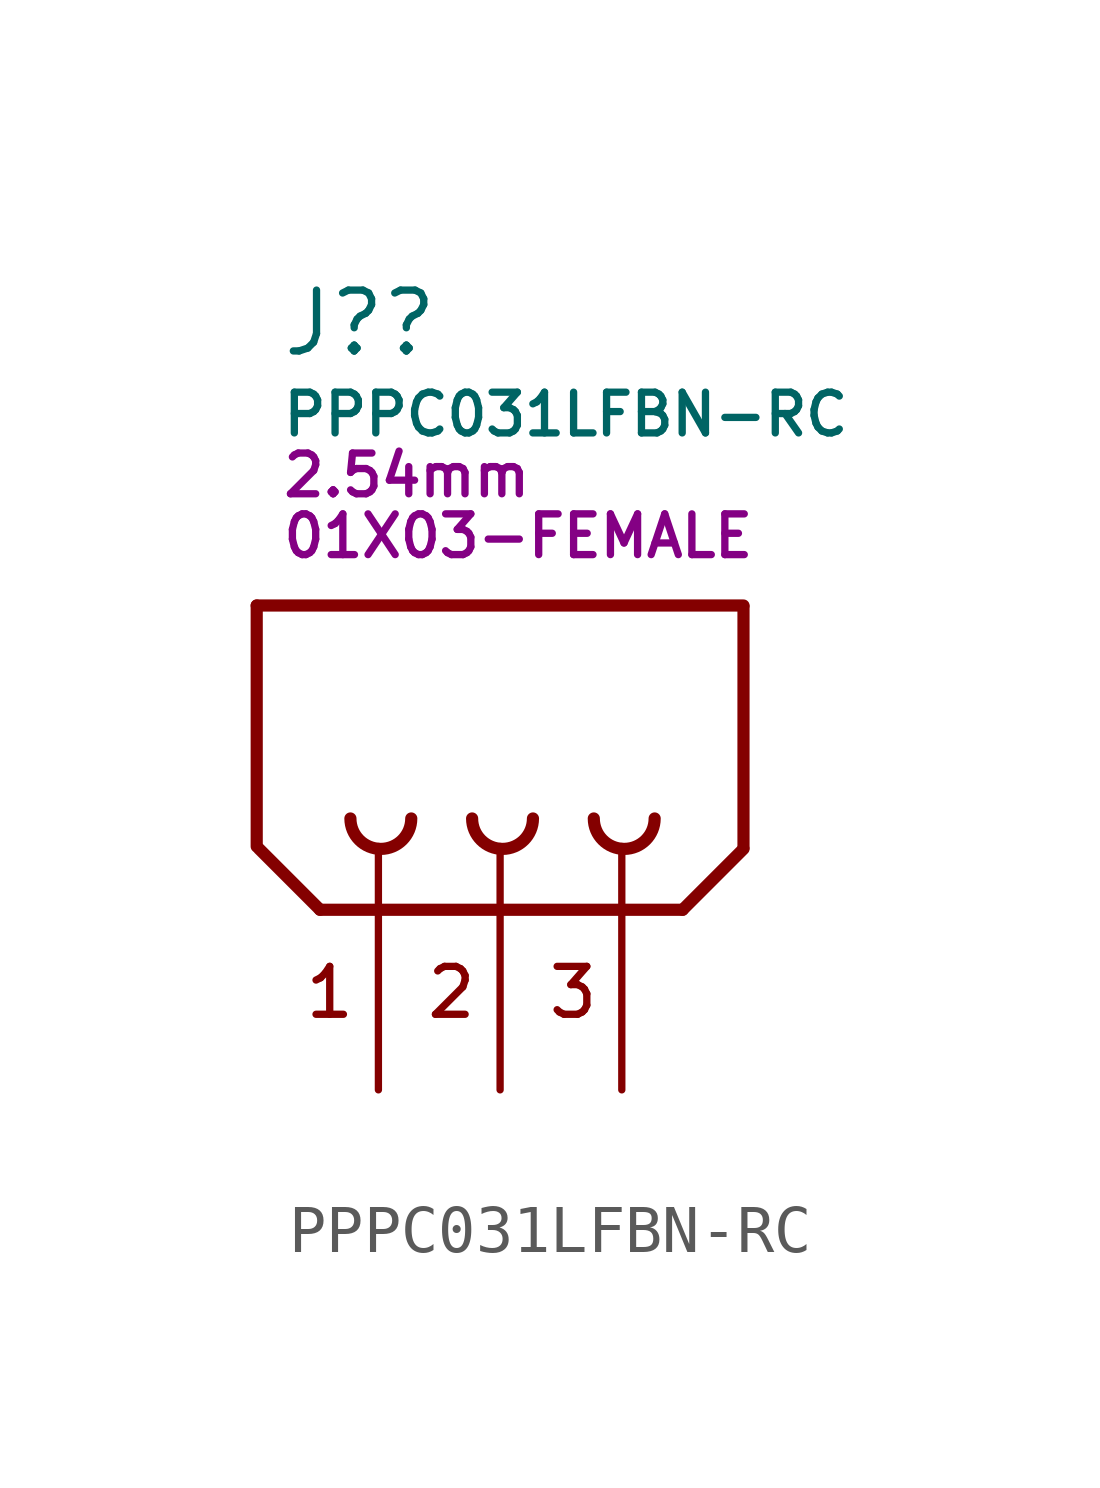
<source format=kicad_sym>
(kicad_symbol_lib
  (version 20211014)
  (generator kicad_symbol_editor)
  (symbol "PPPC031LFBN-RC"
    (pin_numbers hide)
    (pin_names
      (offset 1.016) hide)
    (property "Reference" "J?"
      (at 3.023 21.082 0)
      (effects (font (size 1.27 1.27)) (justify left)))
    (property "Value" "PPPC031LFBN-RC"
      (at 3.023 19.177 0)
      (effects (font (size 0.85 0.85)) (justify left)))
    (property "Pitch Mating" "2.54mm"
      (at 3.023 17.907 0)
      (effects (font (size 0.85 0.85)) (justify left)))
    (property "Connector Type" "01X03-FEMALE"
      (at 3.023 16.637 0)
      (effects (font (size 0.85 0.85)) (justify left)))
    (symbol "PPPC031LFBN-RC_0_0"
      (polyline (pts (xy 2.54 15.189) (xy 2.54 10.16)) (stroke (width 0.254) (type default) (color 0 0 0 0)) (fill (type none)))
      (polyline (pts (xy 2.54 15.189) (xy 12.7 15.189)) (stroke (width 0.254) (type default) (color 0 0 0 0)) (fill (type none)))
      (polyline (pts (xy 3.861 8.839) (xy 2.591 10.109)) (stroke (width 0.254) (type default) (color 0 0 0 0)) (fill (type none)))
      (polyline (pts (xy 11.43 8.839) (xy 3.861 8.839)) (stroke (width 0.254) (type default) (color 0 0 0 0)) (fill (type none)))
      (polyline (pts (xy 11.43 8.839) (xy 12.7 10.109)) (stroke (width 0.254) (type default) (color 0 0 0 0)) (fill (type none)))
      (polyline (pts (xy 12.7 15.164) (xy 12.7 10.135)) (stroke (width 0.254) (type default) (color 0 0 0 0)) (fill (type none)))
      (arc (start 4.4958 10.7442) (mid 5.1308 10.1092) (end 5.7658 10.7442) (stroke (width 0.254) (type default) (color 0 0 0 0)) (fill (type none)))
      (arc (start 7.0358 10.7442) (mid 7.6708 10.1092) (end 8.3058 10.7442) (stroke (width 0.254) (type default) (color 0 0 0 0)) (fill (type none)))
      (arc (start 9.5758 10.7442) (mid 10.2108 10.1092) (end 10.8458 10.7442) (stroke (width 0.254) (type default) (color 0 0 0 0)) (fill (type none)))
      (text "1" (at 4.064 7.112 0) (effects (font (size 1 1))))
      (text "2" (at 6.604 7.112 0) (effects (font (size 1 1))))
      (text "3" (at 9.144 7.112 0) (effects (font (size 1 1))))
      (pin passive line (at 5.08 5.08 90) (length 5.08) (name "1" (effects (font (size 1.016 1.016)))) (number "1" (effects (font (size 1.016 1.016)))))
      (pin passive line (at 7.62 5.08 90) (length 5.08) (name "2" (effects (font (size 1.016 1.016)))) (number "2" (effects (font (size 1.016 1.016)))))
      (pin passive line (at 10.16 5.08 90) (length 5.08) (name "3" (effects (font (size 1.016 1.016)))) (number "3" (effects (font (size 1.016 1.016))))))))
</source>
